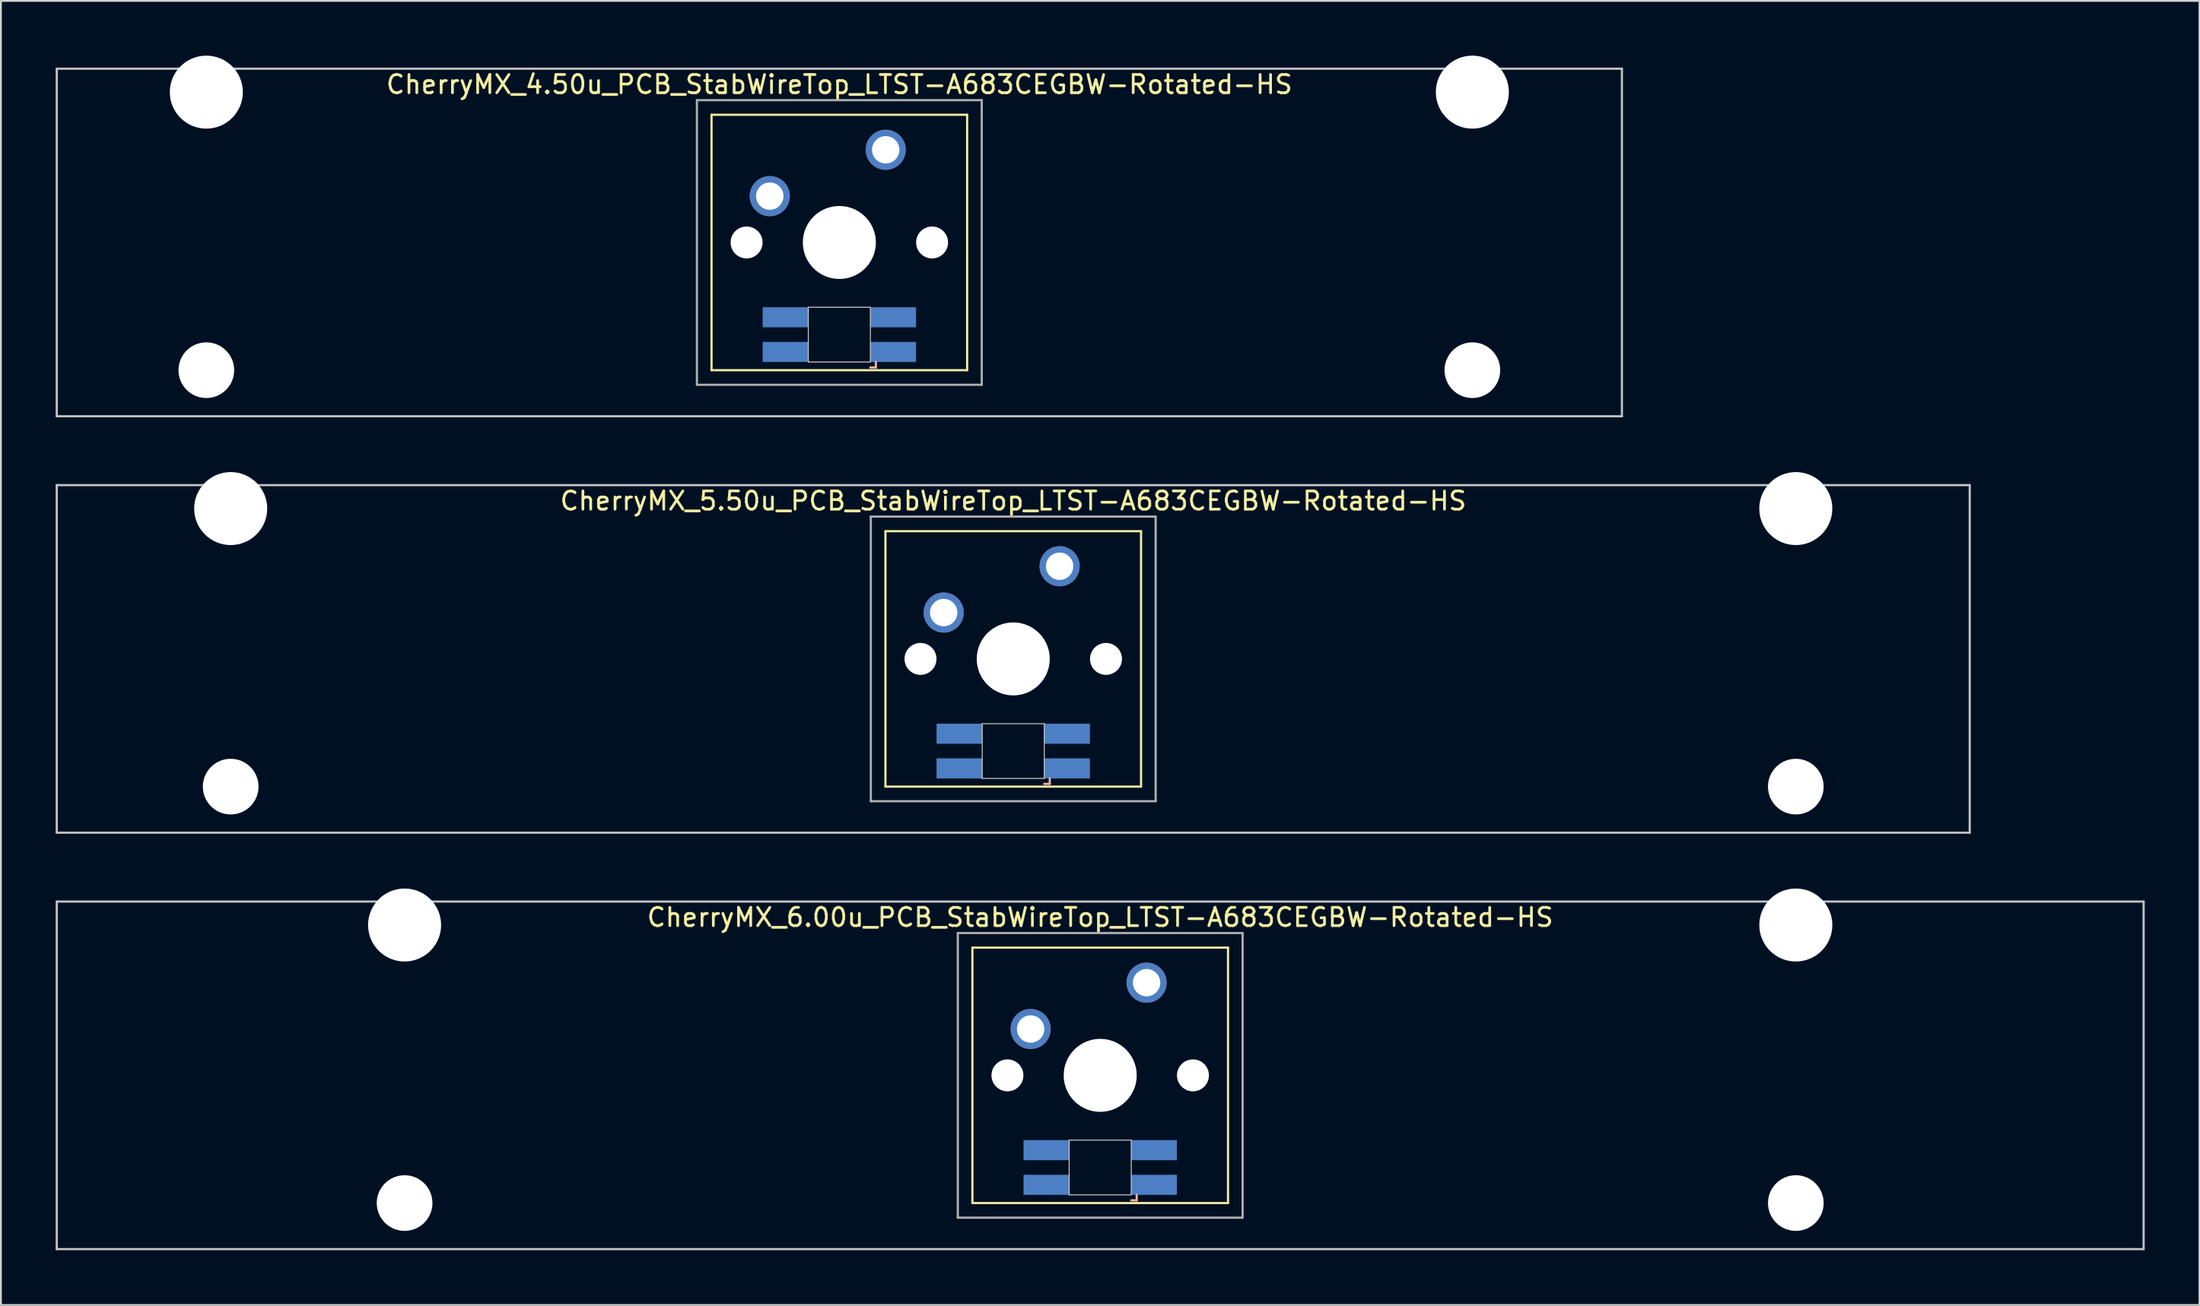
<source format=kicad_pcb>
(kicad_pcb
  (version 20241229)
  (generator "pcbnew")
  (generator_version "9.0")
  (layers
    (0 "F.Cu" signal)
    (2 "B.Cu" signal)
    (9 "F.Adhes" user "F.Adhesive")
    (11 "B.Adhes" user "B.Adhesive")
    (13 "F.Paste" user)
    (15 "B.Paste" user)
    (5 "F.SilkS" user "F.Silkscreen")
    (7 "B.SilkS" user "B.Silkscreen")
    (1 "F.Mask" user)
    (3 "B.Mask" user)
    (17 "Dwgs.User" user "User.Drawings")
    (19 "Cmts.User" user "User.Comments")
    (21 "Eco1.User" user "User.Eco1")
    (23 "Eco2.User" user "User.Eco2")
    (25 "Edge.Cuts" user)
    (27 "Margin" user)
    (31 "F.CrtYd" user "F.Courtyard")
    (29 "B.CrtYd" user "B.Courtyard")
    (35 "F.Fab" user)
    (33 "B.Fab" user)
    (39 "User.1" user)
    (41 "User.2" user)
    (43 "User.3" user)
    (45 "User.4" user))
  (footprint "CherryMX_5.50u_PCB_StabWireTop_LTST-A683CEGBW-Rotated-HS"
    (layer "F.Cu")
    (at 52.447 33.065)
    (property "Reference" "CherryMX_5.50u_PCB_StabWireTop_LTST-A683CEGBW-Rotated-HS" (at 0 -8.662 0) (layer "F.SilkS") (effects (font (size 1 1) (thickness 0.15))))
    (attr through_hole)
    (fp_line (start -7 -7) (end -7 7) (stroke (width 0.12) (type solid)) (layer "F.SilkS"))
    (fp_line (start -7 -7) (end 7 -7) (stroke (width 0.12) (type solid)) (layer "F.SilkS"))
    (fp_line (start 7 -7) (end 7 7) (stroke (width 0.12) (type solid)) (layer "F.SilkS"))
    (fp_line (start 7 7) (end -7 7) (stroke (width 0.12) (type solid)) (layer "F.SilkS"))
    (fp_line (start 1.7 6.85) (end 2 6.85) (stroke (width 0.12) (type solid)) (layer "B.SilkS"))
    (fp_line (start 2 6.85) (end 2 6.55) (stroke (width 0.12) (type solid)) (layer "B.SilkS"))
    (fp_line (start -52.388 -9.525) (end 52.388 -9.525) (stroke (width 0.12) (type solid)) (layer "Dwgs.User"))
    (fp_line (start -52.388 9.525) (end -52.388 -9.525) (stroke (width 0.12) (type solid)) (layer "Dwgs.User"))
    (fp_line (start 52.388 -9.525) (end 52.388 9.525) (stroke (width 0.12) (type solid)) (layer "Dwgs.User"))
    (fp_line (start 52.388 9.525) (end -52.388 9.525) (stroke (width 0.12) (type solid)) (layer "Dwgs.User"))
    (fp_line (start -1.7 3.55) (end 1.7 3.55) (stroke (width 0.05) (type solid)) (layer "Edge.Cuts"))
    (fp_line (start -1.7 6.55) (end -1.7 3.55) (stroke (width 0.05) (type solid)) (layer "Edge.Cuts"))
    (fp_line (start 1.7 3.55) (end 1.7 6.55) (stroke (width 0.05) (type solid)) (layer "Edge.Cuts"))
    (fp_line (start 1.7 6.55) (end -1.7 6.55) (stroke (width 0.05) (type solid)) (layer "Edge.Cuts"))
    (fp_line (start -7.8 -7.8) (end -7.8 7.8) (stroke (width 0.12) (type solid)) (layer "F.Fab"))
    (fp_line (start -7.8 -7.8) (end 7.8 -7.8) (stroke (width 0.12) (type solid)) (layer "F.Fab"))
    (fp_line (start -7.8 7.8) (end 7.8 7.8) (stroke (width 0.12) (type solid)) (layer "F.Fab"))
    (fp_line (start 7.8 -7.8) (end 7.8 7.8) (stroke (width 0.12) (type solid)) (layer "F.Fab"))
    (pad "" np_thru_hole circle (at -42.862 -8.24) (size 4 4) (drill 4) (layers "*.Cu" "*.Mask"))
    (pad "" np_thru_hole circle (at -42.862 7) (size 3.05 3.05) (drill 3.05) (layers "*.Cu" "*.Mask"))
    (pad "" np_thru_hole circle (at -5.08 0) (size 1.75 1.75) (drill 1.75) (layers "*.Cu" "*.Mask"))
    (pad "" np_thru_hole circle (at 0 0) (size 4 4) (drill 4) (layers "*.Cu" "*.Mask"))
    (pad "" np_thru_hole circle (at 5.08 0) (size 1.75 1.75) (drill 1.75) (layers "*.Cu" "*.Mask"))
    (pad "" np_thru_hole circle (at 42.862 -8.24) (size 4 4) (drill 4) (layers "*.Cu" "*.Mask"))
    (pad "" np_thru_hole circle (at 42.862 7) (size 3.05 3.05) (drill 3.05) (layers "*.Cu" "*.Mask"))
    (pad "1" thru_hole circle (at -3.81 -2.54) (size 2.2 2.2) (drill 1.5) (layers "*.Cu" "*.Mask"))
    (pad "2" thru_hole circle (at 2.54 -5.08) (size 2.2 2.2) (drill 1.5) (layers "*.Cu" "*.Mask"))
    (pad "3" smd rect (at 2.95 6) (size 2.5 1.1) (layers "B.Cu" "B.Mask" "B.Paste"))
    (pad "4" smd rect (at 2.95 4.1) (size 2.5 1.1) (layers "B.Cu" "B.Mask" "B.Paste"))
    (pad "5" smd rect (at -2.95 6) (size 2.5 1.1) (layers "B.Cu" "B.Mask" "B.Paste"))
    (pad "6" smd rect (at -2.95 4.1) (size 2.5 1.1) (layers "B.Cu" "B.Mask" "B.Paste")))
  (footprint "CherryMX_4.50u_PCB_StabWireTop_LTST-A683CEGBW-Rotated-HS"
    (layer "F.Cu")
    (at 42.922 10.24)
    (property "Reference" "CherryMX_4.50u_PCB_StabWireTop_LTST-A683CEGBW-Rotated-HS" (at 0 -8.662 0) (layer "F.SilkS") (effects (font (size 1 1) (thickness 0.15))))
    (attr through_hole)
    (fp_line (start -7 -7) (end -7 7) (stroke (width 0.12) (type solid)) (layer "F.SilkS"))
    (fp_line (start -7 -7) (end 7 -7) (stroke (width 0.12) (type solid)) (layer "F.SilkS"))
    (fp_line (start 7 -7) (end 7 7) (stroke (width 0.12) (type solid)) (layer "F.SilkS"))
    (fp_line (start 7 7) (end -7 7) (stroke (width 0.12) (type solid)) (layer "F.SilkS"))
    (fp_line (start 1.7 6.85) (end 2 6.85) (stroke (width 0.12) (type solid)) (layer "B.SilkS"))
    (fp_line (start 2 6.85) (end 2 6.55) (stroke (width 0.12) (type solid)) (layer "B.SilkS"))
    (fp_line (start -42.862 -9.525) (end 42.862 -9.525) (stroke (width 0.12) (type solid)) (layer "Dwgs.User"))
    (fp_line (start -42.862 9.525) (end -42.862 -9.525) (stroke (width 0.12) (type solid)) (layer "Dwgs.User"))
    (fp_line (start 42.862 -9.525) (end 42.862 9.525) (stroke (width 0.12) (type solid)) (layer "Dwgs.User"))
    (fp_line (start 42.862 9.525) (end -42.862 9.525) (stroke (width 0.12) (type solid)) (layer "Dwgs.User"))
    (fp_line (start -1.7 3.55) (end 1.7 3.55) (stroke (width 0.05) (type solid)) (layer "Edge.Cuts"))
    (fp_line (start -1.7 6.55) (end -1.7 3.55) (stroke (width 0.05) (type solid)) (layer "Edge.Cuts"))
    (fp_line (start 1.7 3.55) (end 1.7 6.55) (stroke (width 0.05) (type solid)) (layer "Edge.Cuts"))
    (fp_line (start 1.7 6.55) (end -1.7 6.55) (stroke (width 0.05) (type solid)) (layer "Edge.Cuts"))
    (fp_line (start -7.8 -7.8) (end -7.8 7.8) (stroke (width 0.12) (type solid)) (layer "F.Fab"))
    (fp_line (start -7.8 -7.8) (end 7.8 -7.8) (stroke (width 0.12) (type solid)) (layer "F.Fab"))
    (fp_line (start -7.8 7.8) (end 7.8 7.8) (stroke (width 0.12) (type solid)) (layer "F.Fab"))
    (fp_line (start 7.8 -7.8) (end 7.8 7.8) (stroke (width 0.12) (type solid)) (layer "F.Fab"))
    (pad "" np_thru_hole circle (at -34.671 -8.24) (size 4 4) (drill 4) (layers "*.Cu" "*.Mask"))
    (pad "" np_thru_hole circle (at -34.671 7) (size 3.05 3.05) (drill 3.05) (layers "*.Cu" "*.Mask"))
    (pad "" np_thru_hole circle (at -5.08 0) (size 1.75 1.75) (drill 1.75) (layers "*.Cu" "*.Mask"))
    (pad "" np_thru_hole circle (at 0 0) (size 4 4) (drill 4) (layers "*.Cu" "*.Mask"))
    (pad "" np_thru_hole circle (at 5.08 0) (size 1.75 1.75) (drill 1.75) (layers "*.Cu" "*.Mask"))
    (pad "" np_thru_hole circle (at 34.671 -8.24) (size 4 4) (drill 4) (layers "*.Cu" "*.Mask"))
    (pad "" np_thru_hole circle (at 34.671 7) (size 3.05 3.05) (drill 3.05) (layers "*.Cu" "*.Mask"))
    (pad "1" thru_hole circle (at -3.81 -2.54) (size 2.2 2.2) (drill 1.5) (layers "*.Cu" "*.Mask"))
    (pad "2" thru_hole circle (at 2.54 -5.08) (size 2.2 2.2) (drill 1.5) (layers "*.Cu" "*.Mask"))
    (pad "3" smd rect (at 2.95 6) (size 2.5 1.1) (layers "B.Cu" "B.Mask" "B.Paste"))
    (pad "4" smd rect (at 2.95 4.1) (size 2.5 1.1) (layers "B.Cu" "B.Mask" "B.Paste"))
    (pad "5" smd rect (at -2.95 6) (size 2.5 1.1) (layers "B.Cu" "B.Mask" "B.Paste"))
    (pad "6" smd rect (at -2.95 4.1) (size 2.5 1.1) (layers "B.Cu" "B.Mask" "B.Paste")))
  (footprint "CherryMX_6.00u_PCB_StabWireTop_LTST-A683CEGBW-Rotated-HS"
    (layer "F.Cu")
    (at 57.21 55.89)
    (property "Reference" "CherryMX_6.00u_PCB_StabWireTop_LTST-A683CEGBW-Rotated-HS" (at 0 -8.662 0) (layer "F.SilkS") (effects (font (size 1 1) (thickness 0.15))))
    (attr through_hole)
    (fp_line (start -7 -7) (end -7 7) (stroke (width 0.12) (type solid)) (layer "F.SilkS"))
    (fp_line (start -7 -7) (end 7 -7) (stroke (width 0.12) (type solid)) (layer "F.SilkS"))
    (fp_line (start 7 -7) (end 7 7) (stroke (width 0.12) (type solid)) (layer "F.SilkS"))
    (fp_line (start 7 7) (end -7 7) (stroke (width 0.12) (type solid)) (layer "F.SilkS"))
    (fp_line (start 1.7 6.85) (end 2 6.85) (stroke (width 0.12) (type solid)) (layer "B.SilkS"))
    (fp_line (start 2 6.85) (end 2 6.55) (stroke (width 0.12) (type solid)) (layer "B.SilkS"))
    (fp_line (start -57.15 -9.525) (end 57.15 -9.525) (stroke (width 0.12) (type solid)) (layer "Dwgs.User"))
    (fp_line (start -57.15 9.525) (end -57.15 -9.525) (stroke (width 0.12) (type solid)) (layer "Dwgs.User"))
    (fp_line (start 57.15 -9.525) (end 57.15 9.525) (stroke (width 0.12) (type solid)) (layer "Dwgs.User"))
    (fp_line (start 57.15 9.525) (end -57.15 9.525) (stroke (width 0.12) (type solid)) (layer "Dwgs.User"))
    (fp_line (start -1.7 3.55) (end 1.7 3.55) (stroke (width 0.05) (type solid)) (layer "Edge.Cuts"))
    (fp_line (start -1.7 6.55) (end -1.7 3.55) (stroke (width 0.05) (type solid)) (layer "Edge.Cuts"))
    (fp_line (start 1.7 3.55) (end 1.7 6.55) (stroke (width 0.05) (type solid)) (layer "Edge.Cuts"))
    (fp_line (start 1.7 6.55) (end -1.7 6.55) (stroke (width 0.05) (type solid)) (layer "Edge.Cuts"))
    (fp_line (start -7.8 -7.8) (end -7.8 7.8) (stroke (width 0.12) (type solid)) (layer "F.Fab"))
    (fp_line (start -7.8 -7.8) (end 7.8 -7.8) (stroke (width 0.12) (type solid)) (layer "F.Fab"))
    (fp_line (start -7.8 7.8) (end 7.8 7.8) (stroke (width 0.12) (type solid)) (layer "F.Fab"))
    (fp_line (start 7.8 -7.8) (end 7.8 7.8) (stroke (width 0.12) (type solid)) (layer "F.Fab"))
    (pad "" np_thru_hole circle (at -38.1 -8.24) (size 4 4) (drill 4) (layers "*.Cu" "*.Mask"))
    (pad "" np_thru_hole circle (at -38.1 7) (size 3.05 3.05) (drill 3.05) (layers "*.Cu" "*.Mask"))
    (pad "" np_thru_hole circle (at -5.08 0) (size 1.75 1.75) (drill 1.75) (layers "*.Cu" "*.Mask"))
    (pad "" np_thru_hole circle (at 0 0) (size 4 4) (drill 4) (layers "*.Cu" "*.Mask"))
    (pad "" np_thru_hole circle (at 5.08 0) (size 1.75 1.75) (drill 1.75) (layers "*.Cu" "*.Mask"))
    (pad "" np_thru_hole circle (at 38.1 -8.24) (size 4 4) (drill 4) (layers "*.Cu" "*.Mask"))
    (pad "" np_thru_hole circle (at 38.1 7) (size 3.05 3.05) (drill 3.05) (layers "*.Cu" "*.Mask"))
    (pad "1" thru_hole circle (at -3.81 -2.54) (size 2.2 2.2) (drill 1.5) (layers "*.Cu" "*.Mask"))
    (pad "2" thru_hole circle (at 2.54 -5.08) (size 2.2 2.2) (drill 1.5) (layers "*.Cu" "*.Mask"))
    (pad "3" smd rect (at 2.95 6) (size 2.5 1.1) (layers "B.Cu" "B.Mask" "B.Paste"))
    (pad "4" smd rect (at 2.95 4.1) (size 2.5 1.1) (layers "B.Cu" "B.Mask" "B.Paste"))
    (pad "5" smd rect (at -2.95 6) (size 2.5 1.1) (layers "B.Cu" "B.Mask" "B.Paste"))
    (pad "6" smd rect (at -2.95 4.1) (size 2.5 1.1) (layers "B.Cu" "B.Mask" "B.Paste")))
  (gr_rect
    (start -3 -3)
    (end 117.42 68.475)
    (stroke (width 0.1) (type default))
    (fill no)
    (layer "Edge.Cuts")))
</source>
